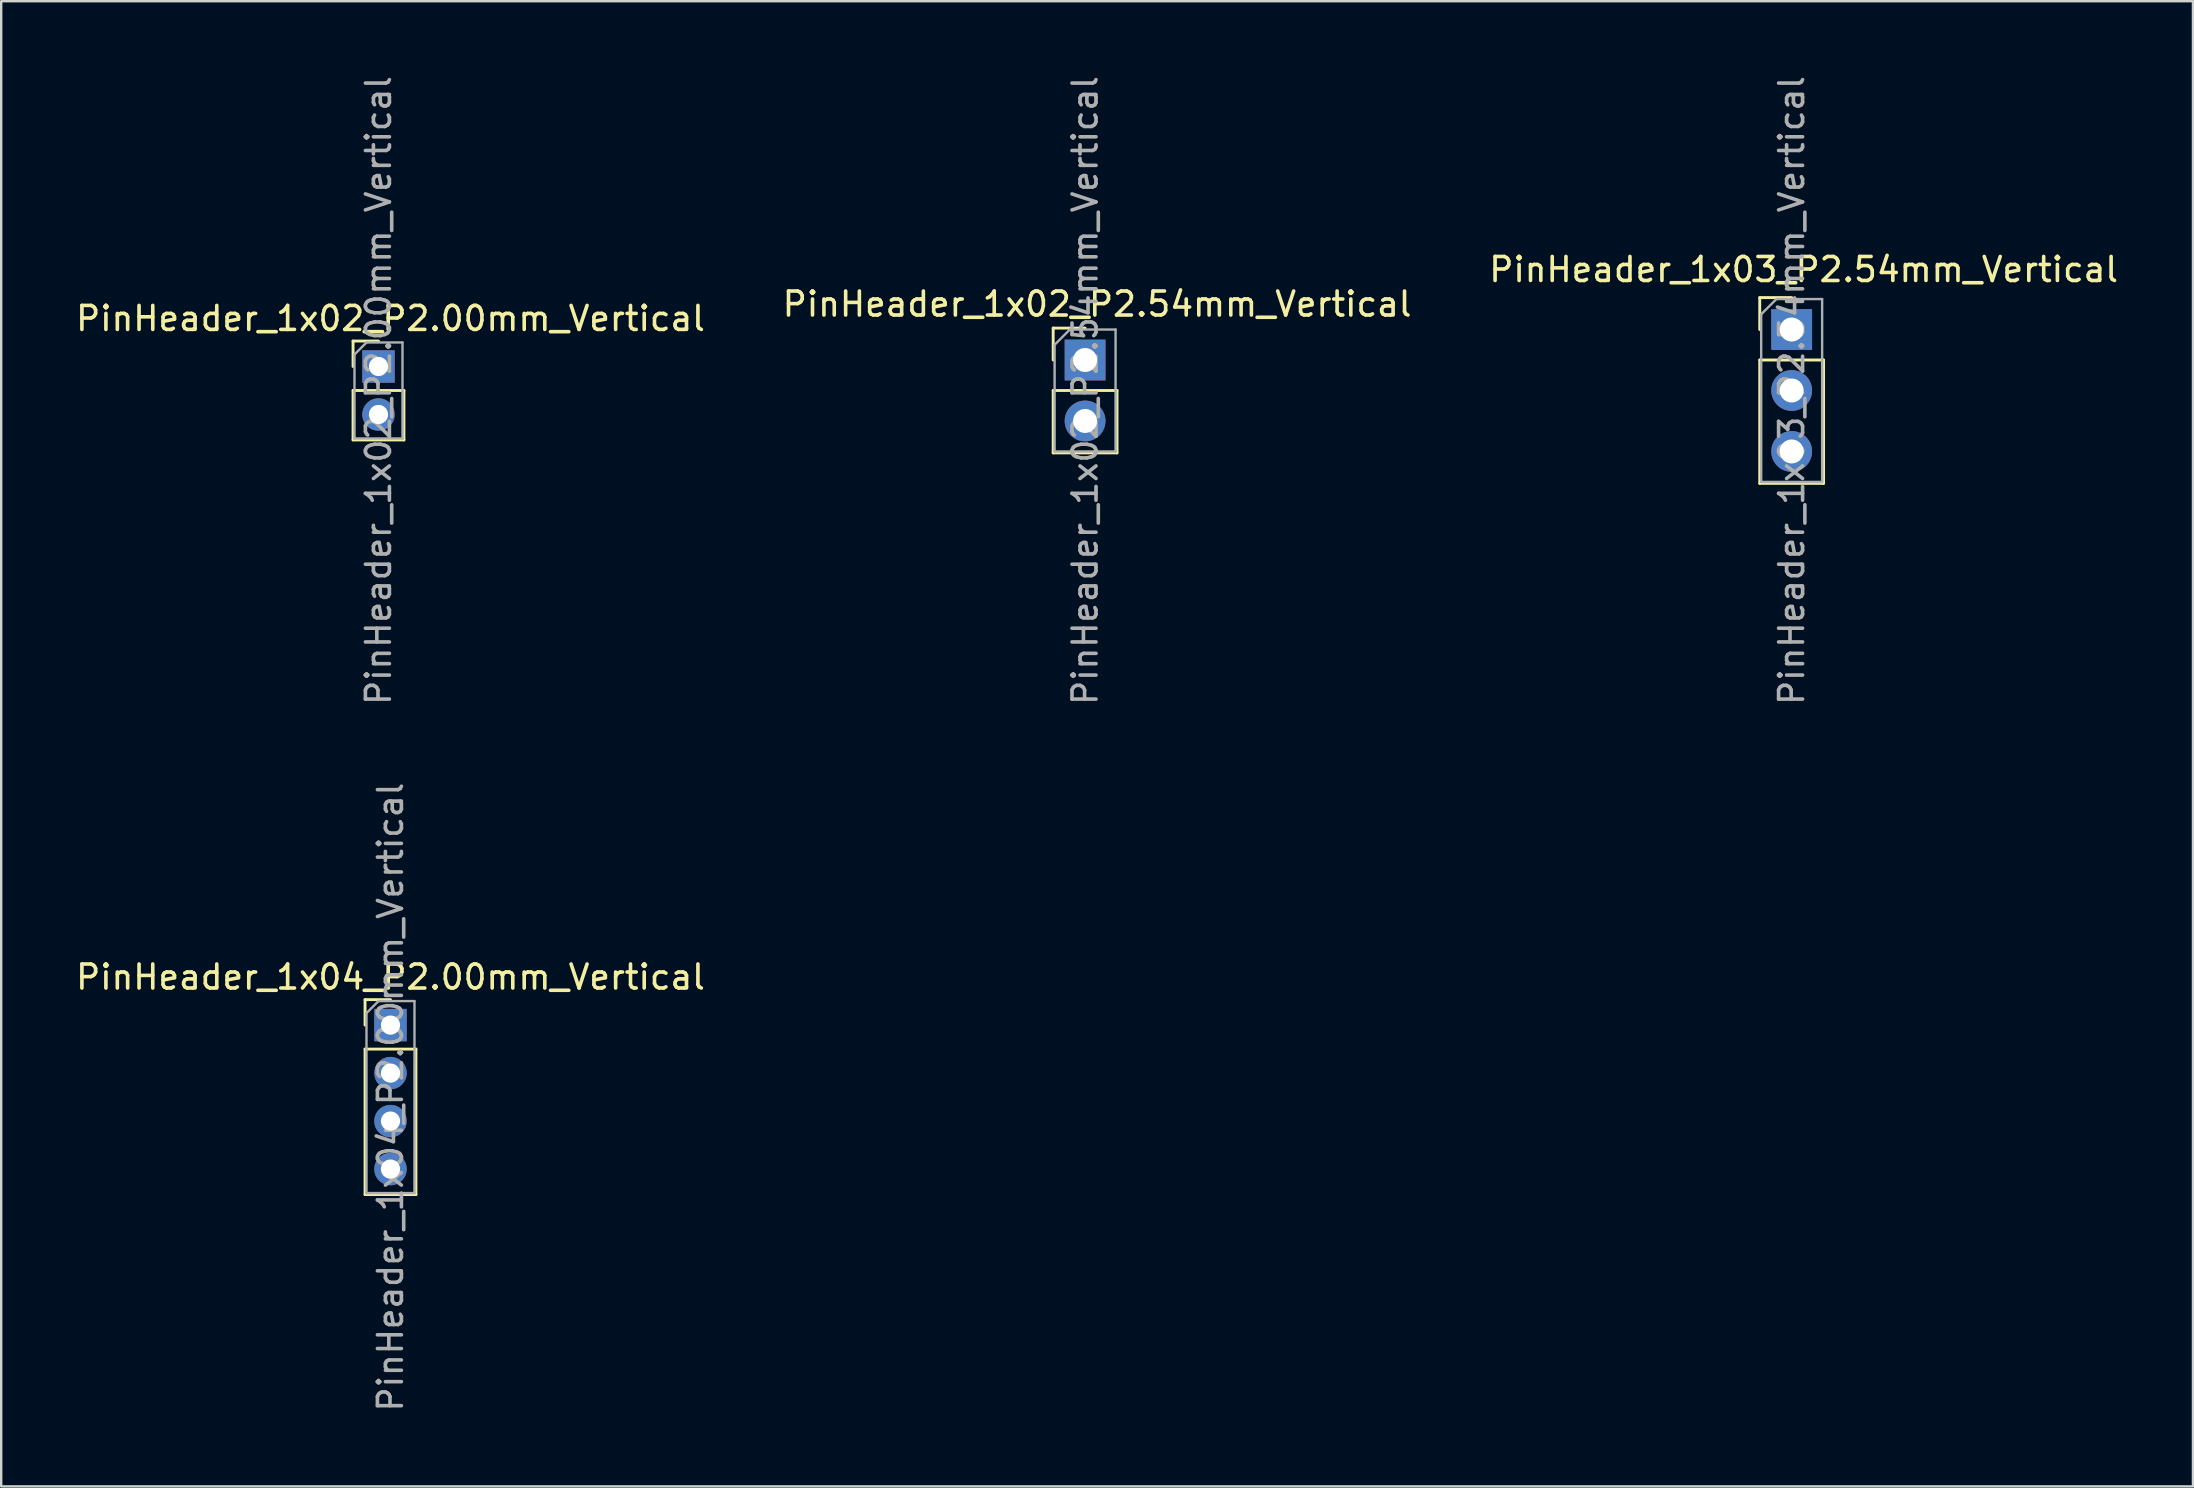
<source format=kicad_pcb>
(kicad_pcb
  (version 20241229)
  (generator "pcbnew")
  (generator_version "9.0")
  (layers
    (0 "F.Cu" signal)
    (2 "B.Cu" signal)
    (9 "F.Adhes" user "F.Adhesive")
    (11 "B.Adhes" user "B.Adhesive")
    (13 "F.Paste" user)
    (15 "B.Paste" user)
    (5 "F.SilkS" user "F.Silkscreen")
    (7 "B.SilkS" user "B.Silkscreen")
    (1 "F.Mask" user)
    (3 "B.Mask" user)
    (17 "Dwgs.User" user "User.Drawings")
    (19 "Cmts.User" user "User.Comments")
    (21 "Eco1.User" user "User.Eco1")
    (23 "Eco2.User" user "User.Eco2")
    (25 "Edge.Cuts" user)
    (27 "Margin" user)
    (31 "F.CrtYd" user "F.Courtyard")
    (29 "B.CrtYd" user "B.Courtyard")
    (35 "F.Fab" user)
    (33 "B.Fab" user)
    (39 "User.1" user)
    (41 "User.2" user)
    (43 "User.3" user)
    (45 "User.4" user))
  (footprint "PinHeader_1x03_P2.54mm_Vertical"
    (layer "F.Cu")
    (at 71.601 10.68)
    (property "Reference" "PinHeader_1x03_P2.54mm_Vertical" (at 0.5 -2.5 0) (layer "F.SilkS") (effects (font (size 1 1) (thickness 0.15))))
    (attr through_hole)
    (fp_line (start -1.33 -1.33) (end 0 -1.33) (stroke (width 0.12) (type solid)) (layer "F.SilkS"))
    (fp_line (start -1.33 0) (end -1.33 -1.33) (stroke (width 0.12) (type solid)) (layer "F.SilkS"))
    (fp_line (start -1.33 1.27) (end -1.33 6.41) (stroke (width 0.12) (type solid)) (layer "F.SilkS"))
    (fp_line (start -1.33 1.27) (end 1.33 1.27) (stroke (width 0.12) (type solid)) (layer "F.SilkS"))
    (fp_line (start -1.33 6.41) (end 1.33 6.41) (stroke (width 0.12) (type solid)) (layer "F.SilkS"))
    (fp_line (start 1.33 1.27) (end 1.33 6.41) (stroke (width 0.12) (type solid)) (layer "F.SilkS"))
    (fp_line (start -1.27 -0.635) (end -0.635 -1.27) (stroke (width 0.1) (type solid)) (layer "F.Fab"))
    (fp_line (start -1.27 6.35) (end -1.27 -0.635) (stroke (width 0.1) (type solid)) (layer "F.Fab"))
    (fp_line (start -0.635 -1.27) (end 1.27 -1.27) (stroke (width 0.1) (type solid)) (layer "F.Fab"))
    (fp_line (start 1.27 -1.27) (end 1.27 6.35) (stroke (width 0.1) (type solid)) (layer "F.Fab"))
    (fp_line (start 1.27 6.35) (end -1.27 6.35) (stroke (width 0.1) (type solid)) (layer "F.Fab"))
    (fp_text user "${REFERENCE}" (at 0 2.54 90) (layer "F.Fab") (effects (font (size 1 1) (thickness 0.15))))
    (pad "1" thru_hole rect (at 0 0) (size 1.7 1.7) (drill 1) (layers "*.Cu" "*.Mask"))
    (pad "2" thru_hole oval (at 0 2.54) (size 1.7 1.7) (drill 1) (layers "*.Cu" "*.Mask"))
    (pad "3" thru_hole oval (at 0 5.08) (size 1.7 1.7) (drill 1) (layers "*.Cu" "*.Mask")))
  (footprint "PinHeader_1x02_P2.00mm_Vertical"
    (layer "F.Cu")
    (at 12.72 12.22)
    (property "Reference" "PinHeader_1x02_P2.00mm_Vertical" (at 0.5 -2 0) (layer "F.SilkS") (effects (font (size 1 1) (thickness 0.15))))
    (attr through_hole)
    (fp_line (start -1.06 -1.06) (end 0 -1.06) (stroke (width 0.12) (type solid)) (layer "F.SilkS"))
    (fp_line (start -1.06 0) (end -1.06 -1.06) (stroke (width 0.12) (type solid)) (layer "F.SilkS"))
    (fp_line (start -1.06 1) (end -1.06 3.06) (stroke (width 0.12) (type solid)) (layer "F.SilkS"))
    (fp_line (start -1.06 1) (end 1.06 1) (stroke (width 0.12) (type solid)) (layer "F.SilkS"))
    (fp_line (start -1.06 3.06) (end 1.06 3.06) (stroke (width 0.12) (type solid)) (layer "F.SilkS"))
    (fp_line (start 1.06 1) (end 1.06 3.06) (stroke (width 0.12) (type solid)) (layer "F.SilkS"))
    (fp_line (start -1 -0.5) (end -0.5 -1) (stroke (width 0.1) (type solid)) (layer "F.Fab"))
    (fp_line (start -1 3) (end -1 -0.5) (stroke (width 0.1) (type solid)) (layer "F.Fab"))
    (fp_line (start -0.5 -1) (end 1 -1) (stroke (width 0.1) (type solid)) (layer "F.Fab"))
    (fp_line (start 1 -1) (end 1 3) (stroke (width 0.1) (type solid)) (layer "F.Fab"))
    (fp_line (start 1 3) (end -1 3) (stroke (width 0.1) (type solid)) (layer "F.Fab"))
    (fp_text user "${REFERENCE}" (at 0 1 90) (layer "F.Fab") (effects (font (size 1 1) (thickness 0.15))))
    (pad "1" thru_hole rect (at 0 0) (size 1.35 1.35) (drill 0.8) (layers "*.Cu" "*.Mask"))
    (pad "2" thru_hole oval (at 0 2) (size 1.35 1.35) (drill 0.8) (layers "*.Cu" "*.Mask")))
  (footprint "PinHeader_1x04_P2.00mm_Vertical"
    (layer "F.Cu")
    (at 13.22 39.661)
    (property "Reference" "PinHeader_1x04_P2.00mm_Vertical" (at 0 -2 0) (layer "F.SilkS") (effects (font (size 1 1) (thickness 0.15))))
    (attr through_hole)
    (fp_line (start -1.06 -1.06) (end 0 -1.06) (stroke (width 0.12) (type solid)) (layer "F.SilkS"))
    (fp_line (start -1.06 0) (end -1.06 -1.06) (stroke (width 0.12) (type solid)) (layer "F.SilkS"))
    (fp_line (start -1.06 1) (end -1.06 7.06) (stroke (width 0.12) (type solid)) (layer "F.SilkS"))
    (fp_line (start -1.06 1) (end 1.06 1) (stroke (width 0.12) (type solid)) (layer "F.SilkS"))
    (fp_line (start -1.06 7.06) (end 1.06 7.06) (stroke (width 0.12) (type solid)) (layer "F.SilkS"))
    (fp_line (start 1.06 1) (end 1.06 7.06) (stroke (width 0.12) (type solid)) (layer "F.SilkS"))
    (fp_line (start -1 -0.5) (end -0.5 -1) (stroke (width 0.1) (type solid)) (layer "F.Fab"))
    (fp_line (start -1 7) (end -1 -0.5) (stroke (width 0.1) (type solid)) (layer "F.Fab"))
    (fp_line (start -0.5 -1) (end 1 -1) (stroke (width 0.1) (type solid)) (layer "F.Fab"))
    (fp_line (start 1 -1) (end 1 7) (stroke (width 0.1) (type solid)) (layer "F.Fab"))
    (fp_line (start 1 7) (end -1 7) (stroke (width 0.1) (type solid)) (layer "F.Fab"))
    (fp_text user "${REFERENCE}" (at 0 3 90) (layer "F.Fab") (effects (font (size 1 1) (thickness 0.15))))
    (pad "1" thru_hole rect (at 0 0) (size 1.35 1.35) (drill 0.8) (layers "*.Cu" "*.Mask"))
    (pad "2" thru_hole oval (at 0 2) (size 1.35 1.35) (drill 0.8) (layers "*.Cu" "*.Mask"))
    (pad "3" thru_hole oval (at 0 4) (size 1.35 1.35) (drill 0.8) (layers "*.Cu" "*.Mask"))
    (pad "4" thru_hole oval (at 0 6) (size 1.35 1.35) (drill 0.8) (layers "*.Cu" "*.Mask")))
  (footprint "PinHeader_1x02_P2.54mm_Vertical"
    (layer "F.Cu")
    (at 42.161 11.95)
    (property "Reference" "PinHeader_1x02_P2.54mm_Vertical" (at 0.5 -2.33 0) (layer "F.SilkS") (effects (font (size 1 1) (thickness 0.15))))
    (attr through_hole)
    (fp_line (start -1.33 -1.33) (end 0 -1.33) (stroke (width 0.12) (type solid)) (layer "F.SilkS"))
    (fp_line (start -1.33 0) (end -1.33 -1.33) (stroke (width 0.12) (type solid)) (layer "F.SilkS"))
    (fp_line (start -1.33 1.27) (end -1.33 3.87) (stroke (width 0.12) (type solid)) (layer "F.SilkS"))
    (fp_line (start -1.33 1.27) (end 1.33 1.27) (stroke (width 0.12) (type solid)) (layer "F.SilkS"))
    (fp_line (start -1.33 3.87) (end 1.33 3.87) (stroke (width 0.12) (type solid)) (layer "F.SilkS"))
    (fp_line (start 1.33 1.27) (end 1.33 3.87) (stroke (width 0.12) (type solid)) (layer "F.SilkS"))
    (fp_line (start -1.27 -0.635) (end -0.635 -1.27) (stroke (width 0.1) (type solid)) (layer "F.Fab"))
    (fp_line (start -1.27 3.81) (end -1.27 -0.635) (stroke (width 0.1) (type solid)) (layer "F.Fab"))
    (fp_line (start -0.635 -1.27) (end 1.27 -1.27) (stroke (width 0.1) (type solid)) (layer "F.Fab"))
    (fp_line (start 1.27 -1.27) (end 1.27 3.81) (stroke (width 0.1) (type solid)) (layer "F.Fab"))
    (fp_line (start 1.27 3.81) (end -1.27 3.81) (stroke (width 0.1) (type solid)) (layer "F.Fab"))
    (fp_text user "${REFERENCE}" (at 0 1.27 90) (layer "F.Fab") (effects (font (size 1 1) (thickness 0.15))))
    (pad "1" thru_hole rect (at 0 0) (size 1.7 1.7) (drill 1) (layers "*.Cu" "*.Mask"))
    (pad "2" thru_hole oval (at 0 2.54) (size 1.7 1.7) (drill 1) (layers "*.Cu" "*.Mask")))
  (gr_rect
    (start -3 -3)
    (end 88.321 58.881)
    (stroke (width 0.1) (type default))
    (fill no)
    (layer "Edge.Cuts")))
</source>
